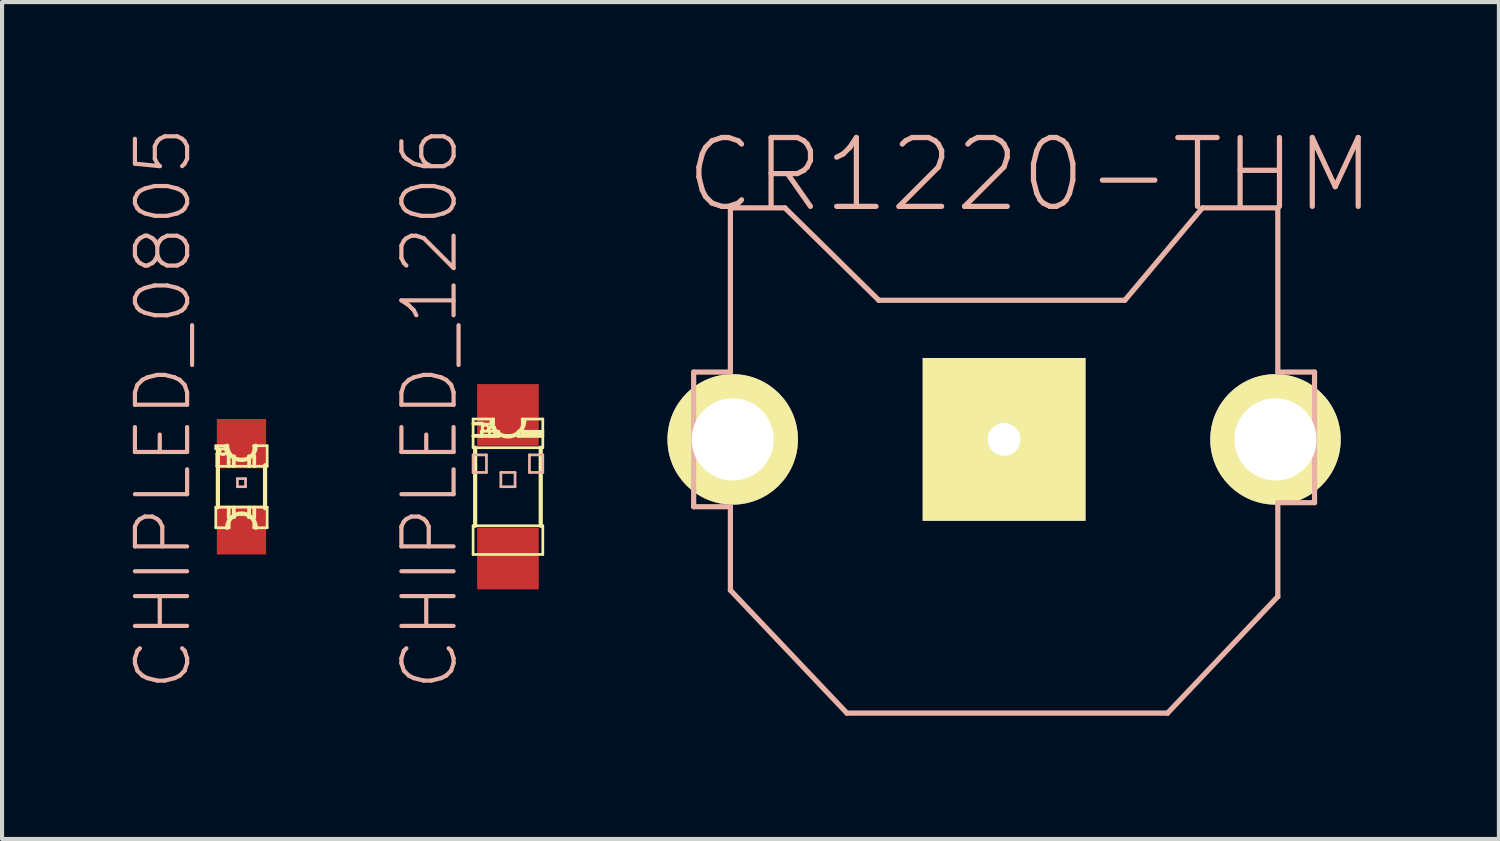
<source format=kicad_pcb>
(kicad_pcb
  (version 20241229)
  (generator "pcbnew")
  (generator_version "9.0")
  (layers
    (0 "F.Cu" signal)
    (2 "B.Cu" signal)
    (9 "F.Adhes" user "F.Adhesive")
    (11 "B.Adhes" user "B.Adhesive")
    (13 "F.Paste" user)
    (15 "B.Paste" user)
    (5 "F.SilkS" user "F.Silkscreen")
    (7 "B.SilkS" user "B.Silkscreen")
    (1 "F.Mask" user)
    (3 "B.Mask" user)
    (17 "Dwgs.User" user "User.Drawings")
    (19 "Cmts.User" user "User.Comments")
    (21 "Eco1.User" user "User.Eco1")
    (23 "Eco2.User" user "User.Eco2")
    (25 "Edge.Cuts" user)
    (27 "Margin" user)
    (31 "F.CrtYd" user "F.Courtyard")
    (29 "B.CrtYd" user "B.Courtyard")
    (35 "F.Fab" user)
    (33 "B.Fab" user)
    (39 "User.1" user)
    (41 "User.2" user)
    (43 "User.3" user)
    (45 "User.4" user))
  (footprint "CHIPLED_0805"
    (layer "F.Cu")
    (at 2.826 8.794)
    (property "Reference" "CHIPLED_0805" (at -1.905 -1.905 90) (layer "B.SilkS") (effects (font (size 1.27 1.27) (thickness 0.102))))
    (attr smd)
    (fp_line (start -0.625 -0.998) (end -0.399 -0.998) (stroke (width 0.066) (type solid)) (layer "F.SilkS"))
    (fp_line (start -0.625 -0.925) (end -0.625 -0.998) (stroke (width 0.066) (type solid)) (layer "F.SilkS"))
    (fp_line (start -0.625 -0.925) (end -0.399 -0.925) (stroke (width 0.066) (type solid)) (layer "F.SilkS"))
    (fp_line (start -0.625 0.498) (end -0.3 0.498) (stroke (width 0.066) (type solid)) (layer "F.SilkS"))
    (fp_line (start -0.625 0.998) (end -0.625 0.498) (stroke (width 0.066) (type solid)) (layer "F.SilkS"))
    (fp_line (start -0.625 0.998) (end -0.3 0.998) (stroke (width 0.066) (type solid)) (layer "F.SilkS"))
    (fp_line (start -0.599 -0.798) (end -0.3 -0.798) (stroke (width 0.066) (type solid)) (layer "F.SilkS"))
    (fp_line (start -0.599 -0.498) (end -0.599 -0.798) (stroke (width 0.066) (type solid)) (layer "F.SilkS"))
    (fp_line (start -0.599 -0.498) (end -0.3 -0.498) (stroke (width 0.066) (type solid)) (layer "F.SilkS"))
    (fp_line (start -0.574 0.498) (end -0.574 -0.925) (stroke (width 0.102) (type solid)) (layer "F.SilkS"))
    (fp_line (start -0.399 -0.925) (end -0.399 -0.998) (stroke (width 0.066) (type solid)) (layer "F.SilkS"))
    (fp_line (start -0.323 -0.749) (end -0.173 -0.749) (stroke (width 0.066) (type solid)) (layer "F.SilkS"))
    (fp_line (start -0.323 -0.498) (end -0.323 -0.749) (stroke (width 0.066) (type solid)) (layer "F.SilkS"))
    (fp_line (start -0.323 -0.498) (end -0.173 -0.498) (stroke (width 0.066) (type solid)) (layer "F.SilkS"))
    (fp_line (start -0.323 0.498) (end -0.173 0.498) (stroke (width 0.066) (type solid)) (layer "F.SilkS"))
    (fp_line (start -0.323 0.749) (end -0.323 0.498) (stroke (width 0.066) (type solid)) (layer "F.SilkS"))
    (fp_line (start -0.323 0.749) (end -0.173 0.749) (stroke (width 0.066) (type solid)) (layer "F.SilkS"))
    (fp_line (start -0.3 -0.498) (end -0.3 -0.798) (stroke (width 0.066) (type solid)) (layer "F.SilkS"))
    (fp_line (start -0.3 0.998) (end -0.3 0.498) (stroke (width 0.066) (type solid)) (layer "F.SilkS"))
    (fp_line (start -0.198 -0.673) (end 0.198 -0.673) (stroke (width 0.066) (type solid)) (layer "F.SilkS"))
    (fp_line (start -0.198 -0.498) (end -0.198 -0.673) (stroke (width 0.066) (type solid)) (layer "F.SilkS"))
    (fp_line (start -0.198 -0.498) (end 0.198 -0.498) (stroke (width 0.066) (type solid)) (layer "F.SilkS"))
    (fp_line (start -0.198 0.498) (end 0.198 0.498) (stroke (width 0.066) (type solid)) (layer "F.SilkS"))
    (fp_line (start -0.198 0.673) (end -0.198 0.498) (stroke (width 0.066) (type solid)) (layer "F.SilkS"))
    (fp_line (start -0.198 0.673) (end 0.198 0.673) (stroke (width 0.066) (type solid)) (layer "F.SilkS"))
    (fp_line (start -0.173 -0.498) (end -0.173 -0.749) (stroke (width 0.066) (type solid)) (layer "F.SilkS"))
    (fp_line (start -0.173 0.749) (end -0.173 0.498) (stroke (width 0.066) (type solid)) (layer "F.SilkS"))
    (fp_line (start 0.173 -0.749) (end 0.323 -0.749) (stroke (width 0.066) (type solid)) (layer "F.SilkS"))
    (fp_line (start 0.173 -0.498) (end 0.173 -0.749) (stroke (width 0.066) (type solid)) (layer "F.SilkS"))
    (fp_line (start 0.173 -0.498) (end 0.323 -0.498) (stroke (width 0.066) (type solid)) (layer "F.SilkS"))
    (fp_line (start 0.173 0.498) (end 0.323 0.498) (stroke (width 0.066) (type solid)) (layer "F.SilkS"))
    (fp_line (start 0.173 0.749) (end 0.173 0.498) (stroke (width 0.066) (type solid)) (layer "F.SilkS"))
    (fp_line (start 0.173 0.749) (end 0.323 0.749) (stroke (width 0.066) (type solid)) (layer "F.SilkS"))
    (fp_line (start 0.198 -0.498) (end 0.198 -0.673) (stroke (width 0.066) (type solid)) (layer "F.SilkS"))
    (fp_line (start 0.198 0.673) (end 0.198 0.498) (stroke (width 0.066) (type solid)) (layer "F.SilkS"))
    (fp_line (start 0.3 -0.998) (end 0.625 -0.998) (stroke (width 0.066) (type solid)) (layer "F.SilkS"))
    (fp_line (start 0.3 -0.498) (end 0.3 -0.998) (stroke (width 0.066) (type solid)) (layer "F.SilkS"))
    (fp_line (start 0.3 -0.498) (end 0.625 -0.498) (stroke (width 0.066) (type solid)) (layer "F.SilkS"))
    (fp_line (start 0.3 0.498) (end 0.625 0.498) (stroke (width 0.066) (type solid)) (layer "F.SilkS"))
    (fp_line (start 0.3 0.998) (end 0.3 0.498) (stroke (width 0.066) (type solid)) (layer "F.SilkS"))
    (fp_line (start 0.3 0.998) (end 0.625 0.998) (stroke (width 0.066) (type solid)) (layer "F.SilkS"))
    (fp_line (start 0.323 -0.498) (end 0.323 -0.749) (stroke (width 0.066) (type solid)) (layer "F.SilkS"))
    (fp_line (start 0.323 0.749) (end 0.323 0.498) (stroke (width 0.066) (type solid)) (layer "F.SilkS"))
    (fp_line (start 0.574 -0.523) (end 0.574 0.523) (stroke (width 0.102) (type solid)) (layer "F.SilkS"))
    (fp_line (start 0.625 -0.498) (end 0.625 -0.998) (stroke (width 0.066) (type solid)) (layer "F.SilkS"))
    (fp_line (start 0.625 0.998) (end 0.625 0.498) (stroke (width 0.066) (type solid)) (layer "F.SilkS"))
    (fp_arc (start -0.34798 0.99822) (mid 0 0.65024) (end 0.34798 0.99822) (stroke (width 0.1016) (type solid)) (layer "F.SilkS"))
    (fp_arc (start 0.34798 -0.99822) (mid 0 -0.65024) (end -0.34798 -0.99822) (stroke (width 0.1016) (type solid)) (layer "F.SilkS"))
    (fp_circle (center -0.45 -0.848) (end -0.5 -0.899) (stroke (width 0.051) (type solid)) (fill no) (layer "F.SilkS"))
    (fp_line (start -0.099 -0.198) (end 0.099 -0.198) (stroke (width 0.066) (type solid)) (layer "B.SilkS"))
    (fp_line (start -0.099 0) (end -0.099 -0.198) (stroke (width 0.066) (type solid)) (layer "B.SilkS"))
    (fp_line (start -0.099 0) (end 0.099 0) (stroke (width 0.066) (type solid)) (layer "B.SilkS"))
    (fp_line (start 0.099 0) (end 0.099 -0.198) (stroke (width 0.066) (type solid)) (layer "B.SilkS"))
    (pad "A" smd rect (at 0 1.049) (size 1.199 1.199) (layers "F.Cu" "F.Mask" "F.Paste"))
    (pad "C" smd rect (at 0 -1.049) (size 1.199 1.199) (layers "F.Cu" "F.Mask" "F.Paste")))
  (footprint "CHIPLED_1206"
    (layer "F.Cu")
    (at 9.31 8.794)
    (property "Reference" "CHIPLED_1206" (at -1.905 -1.905 90) (layer "B.SilkS") (effects (font (size 1.27 1.27) (thickness 0.102))))
    (attr smd)
    (fp_line (start -0.848 -1.648) (end -0.348 -1.648) (stroke (width 0.066) (type solid)) (layer "F.SilkS"))
    (fp_line (start -0.848 -1.549) (end -0.625 -1.549) (stroke (width 0.066) (type solid)) (layer "F.SilkS"))
    (fp_line (start -0.848 -1.524) (end -0.848 -1.648) (stroke (width 0.066) (type solid)) (layer "F.SilkS"))
    (fp_line (start -0.848 -1.524) (end -0.348 -1.524) (stroke (width 0.066) (type solid)) (layer "F.SilkS"))
    (fp_line (start -0.848 -1.25) (end 0.848 -1.25) (stroke (width 0.066) (type solid)) (layer "F.SilkS"))
    (fp_line (start -0.848 -1.224) (end -0.848 -1.549) (stroke (width 0.066) (type solid)) (layer "F.SilkS"))
    (fp_line (start -0.848 -1.224) (end -0.625 -1.224) (stroke (width 0.066) (type solid)) (layer "F.SilkS"))
    (fp_line (start -0.848 -0.95) (end -0.848 -1.25) (stroke (width 0.066) (type solid)) (layer "F.SilkS"))
    (fp_line (start -0.848 -0.95) (end 0.848 -0.95) (stroke (width 0.066) (type solid)) (layer "F.SilkS"))
    (fp_line (start -0.848 0.95) (end 0.848 0.95) (stroke (width 0.066) (type solid)) (layer "F.SilkS"))
    (fp_line (start -0.848 1.648) (end -0.848 0.95) (stroke (width 0.066) (type solid)) (layer "F.SilkS"))
    (fp_line (start -0.848 1.648) (end 0.848 1.648) (stroke (width 0.066) (type solid)) (layer "F.SilkS"))
    (fp_line (start -0.798 0.95) (end -0.798 -0.95) (stroke (width 0.102) (type solid)) (layer "F.SilkS"))
    (fp_line (start -0.648 -1.349) (end -0.224 -1.349) (stroke (width 0.066) (type solid)) (layer "F.SilkS"))
    (fp_line (start -0.648 -1.224) (end -0.648 -1.349) (stroke (width 0.066) (type solid)) (layer "F.SilkS"))
    (fp_line (start -0.648 -1.224) (end -0.224 -1.224) (stroke (width 0.066) (type solid)) (layer "F.SilkS"))
    (fp_line (start -0.625 -1.224) (end -0.625 -1.549) (stroke (width 0.066) (type solid)) (layer "F.SilkS"))
    (fp_line (start -0.45 -1.448) (end -0.323 -1.448) (stroke (width 0.066) (type solid)) (layer "F.SilkS"))
    (fp_line (start -0.45 -1.224) (end -0.45 -1.448) (stroke (width 0.066) (type solid)) (layer "F.SilkS"))
    (fp_line (start -0.45 -1.224) (end -0.323 -1.224) (stroke (width 0.066) (type solid)) (layer "F.SilkS"))
    (fp_line (start -0.348 -1.524) (end -0.348 -1.648) (stroke (width 0.066) (type solid)) (layer "F.SilkS"))
    (fp_line (start -0.323 -1.224) (end -0.323 -1.448) (stroke (width 0.066) (type solid)) (layer "F.SilkS"))
    (fp_line (start -0.224 -1.224) (end -0.224 -1.349) (stroke (width 0.066) (type solid)) (layer "F.SilkS"))
    (fp_line (start 0.249 -1.349) (end 0.848 -1.349) (stroke (width 0.066) (type solid)) (layer "F.SilkS"))
    (fp_line (start 0.249 -1.224) (end 0.249 -1.349) (stroke (width 0.066) (type solid)) (layer "F.SilkS"))
    (fp_line (start 0.249 -1.224) (end 0.848 -1.224) (stroke (width 0.066) (type solid)) (layer "F.SilkS"))
    (fp_line (start 0.348 -1.648) (end 0.848 -1.648) (stroke (width 0.066) (type solid)) (layer "F.SilkS"))
    (fp_line (start 0.348 -1.298) (end 0.348 -1.648) (stroke (width 0.066) (type solid)) (layer "F.SilkS"))
    (fp_line (start 0.348 -1.298) (end 0.848 -1.298) (stroke (width 0.066) (type solid)) (layer "F.SilkS"))
    (fp_line (start 0.798 -0.95) (end 0.798 0.95) (stroke (width 0.102) (type solid)) (layer "F.SilkS"))
    (fp_line (start 0.848 -1.298) (end 0.848 -1.648) (stroke (width 0.066) (type solid)) (layer "F.SilkS"))
    (fp_line (start 0.848 -1.224) (end 0.848 -1.349) (stroke (width 0.066) (type solid)) (layer "F.SilkS"))
    (fp_line (start 0.848 -0.95) (end 0.848 -1.25) (stroke (width 0.066) (type solid)) (layer "F.SilkS"))
    (fp_line (start 0.848 1.648) (end 0.848 0.95) (stroke (width 0.066) (type solid)) (layer "F.SilkS"))
    (fp_arc (start 0.39878 -1.62306) (mid 0 -1.22428) (end -0.39878 -1.62306) (stroke (width 0.1016) (type solid)) (layer "F.SilkS"))
    (fp_circle (center -0.549 -1.425) (end -0.597 -1.473) (stroke (width 0.051) (type solid)) (fill no) (layer "F.SilkS"))
    (fp_line (start -0.848 -0.775) (end -0.523 -0.775) (stroke (width 0.066) (type solid)) (layer "B.SilkS"))
    (fp_line (start -0.848 -0.348) (end -0.848 -0.775) (stroke (width 0.066) (type solid)) (layer "B.SilkS"))
    (fp_line (start -0.848 -0.348) (end -0.523 -0.348) (stroke (width 0.066) (type solid)) (layer "B.SilkS"))
    (fp_line (start -0.523 -0.348) (end -0.523 -0.775) (stroke (width 0.066) (type solid)) (layer "B.SilkS"))
    (fp_line (start -0.173 -0.348) (end 0.173 -0.348) (stroke (width 0.066) (type solid)) (layer "B.SilkS"))
    (fp_line (start -0.173 0) (end -0.173 -0.348) (stroke (width 0.066) (type solid)) (layer "B.SilkS"))
    (fp_line (start -0.173 0) (end 0.173 0) (stroke (width 0.066) (type solid)) (layer "B.SilkS"))
    (fp_line (start 0.173 0) (end 0.173 -0.348) (stroke (width 0.066) (type solid)) (layer "B.SilkS"))
    (fp_line (start 0.523 -0.775) (end 0.848 -0.775) (stroke (width 0.066) (type solid)) (layer "B.SilkS"))
    (fp_line (start 0.523 -0.348) (end 0.523 -0.775) (stroke (width 0.066) (type solid)) (layer "B.SilkS"))
    (fp_line (start 0.523 -0.348) (end 0.848 -0.348) (stroke (width 0.066) (type solid)) (layer "B.SilkS"))
    (fp_line (start 0.848 -0.348) (end 0.848 -0.775) (stroke (width 0.066) (type solid)) (layer "B.SilkS"))
    (pad "A" smd rect (at 0 1.748) (size 1.499 1.499) (layers "F.Cu" "F.Mask" "F.Paste"))
    (pad "C" smd rect (at 0 -1.748) (size 1.499 1.499) (layers "F.Cu" "F.Mask" "F.Paste")))
  (footprint "CR1220-THM"
    (layer "F.Cu")
    (at 21.383 7.642)
    (property "Reference" "CR1220-THM" (at 0.635 -6.439 0) (layer "B.SilkS") (effects (font (size 1.676 1.676) (thickness 0.127))))
    (attr exclude_from_pos_files exclude_from_bom)
    (fp_line (start -7.554 -1.638) (end -7.554 1.638) (stroke (width 0.127) (type solid)) (layer "B.SilkS"))
    (fp_line (start -7.554 1.638) (end -6.66 1.638) (stroke (width 0.127) (type solid)) (layer "B.SilkS"))
    (fp_line (start -6.66 -5.634) (end -6.66 -1.638) (stroke (width 0.127) (type solid)) (layer "B.SilkS"))
    (fp_line (start -6.66 -1.638) (end -7.554 -1.638) (stroke (width 0.127) (type solid)) (layer "B.SilkS"))
    (fp_line (start -6.66 1.638) (end -6.66 3.67) (stroke (width 0.127) (type solid)) (layer "B.SilkS"))
    (fp_line (start -6.66 3.67) (end -3.825 6.66) (stroke (width 0.127) (type solid)) (layer "B.SilkS"))
    (fp_line (start -5.334 -5.634) (end -6.66 -5.634) (stroke (width 0.127) (type solid)) (layer "B.SilkS"))
    (fp_line (start -3.825 6.66) (end 3.978 6.66) (stroke (width 0.127) (type solid)) (layer "B.SilkS"))
    (fp_line (start -3.048 -3.386) (end -5.334 -5.634) (stroke (width 0.127) (type solid)) (layer "B.SilkS"))
    (fp_line (start 2.939 -3.386) (end -3.048 -3.386) (stroke (width 0.127) (type solid)) (layer "B.SilkS"))
    (fp_line (start 3.978 6.66) (end 6.66 3.825) (stroke (width 0.127) (type solid)) (layer "B.SilkS"))
    (fp_line (start 4.826 -5.634) (end 2.939 -3.386) (stroke (width 0.127) (type solid)) (layer "B.SilkS"))
    (fp_line (start 6.66 -5.634) (end 4.826 -5.634) (stroke (width 0.127) (type solid)) (layer "B.SilkS"))
    (fp_line (start 6.66 -1.638) (end 6.66 -5.634) (stroke (width 0.127) (type solid)) (layer "B.SilkS"))
    (fp_line (start 6.66 1.539) (end 7.554 1.539) (stroke (width 0.127) (type solid)) (layer "B.SilkS"))
    (fp_line (start 6.66 3.825) (end 6.66 1.539) (stroke (width 0.127) (type solid)) (layer "B.SilkS"))
    (fp_line (start 7.554 -1.638) (end 6.66 -1.638) (stroke (width 0.127) (type solid)) (layer "B.SilkS"))
    (fp_line (start 7.554 1.539) (end 7.554 -1.638) (stroke (width 0.127) (type solid)) (layer "B.SilkS"))
    (pad "+1" thru_hole circle (at -6.604 0) (size 3.175 3.175) (drill 1.999) (layers "*.Cu" "F.Mask" "F.SilkS" "F.Paste"))
    (pad "+2" thru_hole circle (at 6.604 0) (size 3.175 3.175) (drill 1.999) (layers "*.Cu" "F.Mask" "F.SilkS" "F.Paste"))
    (pad "-" thru_hole rect (at 0 0) (size 3.962 3.962) (drill 0.798) (layers "*.Cu" "F.Mask" "F.SilkS" "F.Paste")))
  (gr_rect
    (start -3 -3)
    (end 33.423 17.366)
    (stroke (width 0.1) (type default))
    (fill no)
    (layer "Edge.Cuts")))
</source>
